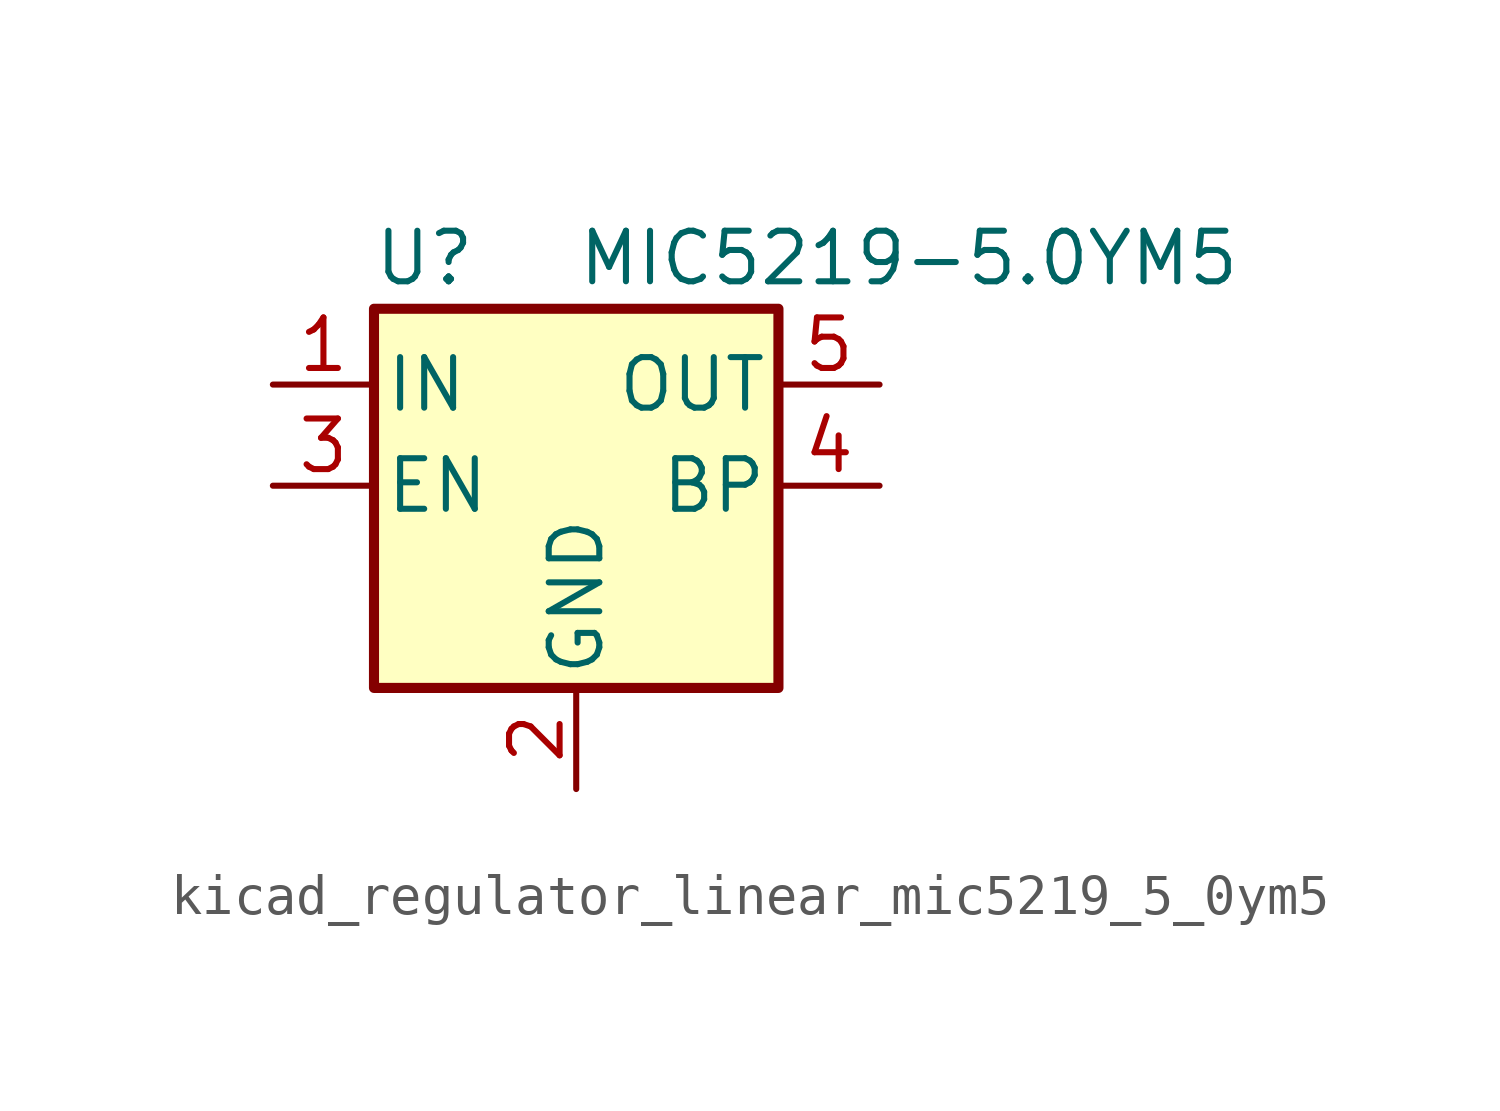
<source format=kicad_sym>
(kicad_symbol_lib
  (version 20220914)
  (generator kicad_symbol_editor)
  (symbol "kicad_regulator_linear_mic5219_5_0ym5"
    (pin_names
      (offset 0.254))
    (property "Reference" "U"
      (at -3.81 5.715 0)
      (effects (font (size 1.27 1.27))))
    (property "Value" "MIC5219-5.0YM5"
      (at 0 5.715 0)
      (effects (font (size 1.27 1.27)) (justify left)))
    (symbol "kicad_regulator_linear_mic5219_5_0ym5_0_1"
      (rectangle (start -5.08 4.445) (end 5.08 -5.08) (stroke (width 0.254) (type default)) (fill (type background))))
    (symbol "kicad_regulator_linear_mic5219_5_0ym5_1_1"
      (pin power_in line (at -7.62 2.54 0) (length 2.54) (name "IN" (effects (font (size 1.27 1.27)))) (number "1" (effects (font (size 1.27 1.27)))))
      (pin power_in line (at 0 -7.62 90) (length 2.54) (name "GND" (effects (font (size 1.27 1.27)))) (number "2" (effects (font (size 1.27 1.27)))))
      (pin input line (at -7.62 0 0) (length 2.54) (name "EN" (effects (font (size 1.27 1.27)))) (number "3" (effects (font (size 1.27 1.27)))))
      (pin input line (at 7.62 0 180) (length 2.54) (name "BP" (effects (font (size 1.27 1.27)))) (number "4" (effects (font (size 1.27 1.27)))))
      (pin power_out line (at 7.62 2.54 180) (length 2.54) (name "OUT" (effects (font (size 1.27 1.27)))) (number "5" (effects (font (size 1.27 1.27))))))))
</source>
